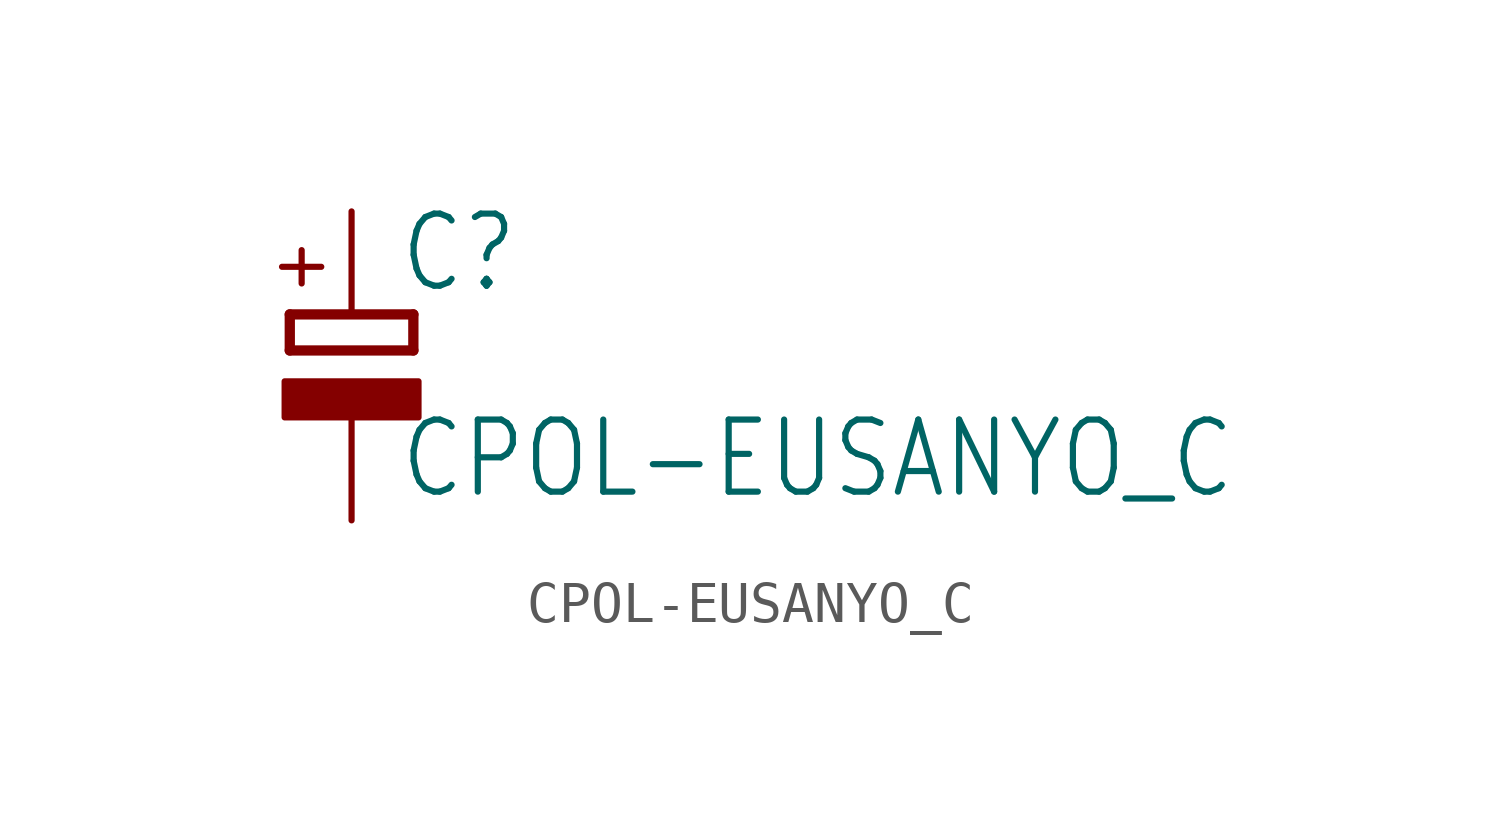
<source format=kicad_sym>
(kicad_symbol_lib
  (version 20220914)
  (generator kicad_symbol_editor)
  (symbol "CPOL-EUSANYO_C"
    (property "Reference" "C"
      (at 1.143 0.483 0)
      (effects (font (size 1.778 1.511)) (justify left bottom)))
    (property "Value" "CPOL-EUSANYO_C"
      (at 1.143 -4.597 0)
      (effects (font (size 1.778 1.511)) (justify left bottom)))
    (property "ki_locked" ""
      (at 0 0 0)
      (effects (font (size 1.27 1.27))))
    (symbol "CPOL-EUSANYO_C_1_0"
      (rectangle (start -1.651 -2.54) (end 1.651 -1.651) (stroke (width 0) (type default)) (fill (type outline)))
      (polyline (pts (xy -1.524 -0.889) (xy 1.524 -0.889)) (stroke (width 0.254) (type default)) (fill (type none)))
      (polyline (pts (xy -1.524 0) (xy -1.524 -0.889)) (stroke (width 0.254) (type default)) (fill (type none)))
      (polyline (pts (xy -1.524 0) (xy 1.524 0)) (stroke (width 0.254) (type default)) (fill (type none)))
      (polyline (pts (xy 1.524 -0.889) (xy 1.524 0)) (stroke (width 0.254) (type default)) (fill (type none)))
      (text "+" (at -0.584 0.406 900) (effects (font (size 1.27 1.079)) (justify left bottom)))
      (pin passive line (at 0 2.54 270) (length 2.54) (name "+" (effects (font (size 0 0)))) (number "+" (effects (font (size 0 0)))))
      (pin passive line (at 0 -5.08 90) (length 2.54) (name "-" (effects (font (size 0 0)))) (number "-" (effects (font (size 0 0))))))))
</source>
